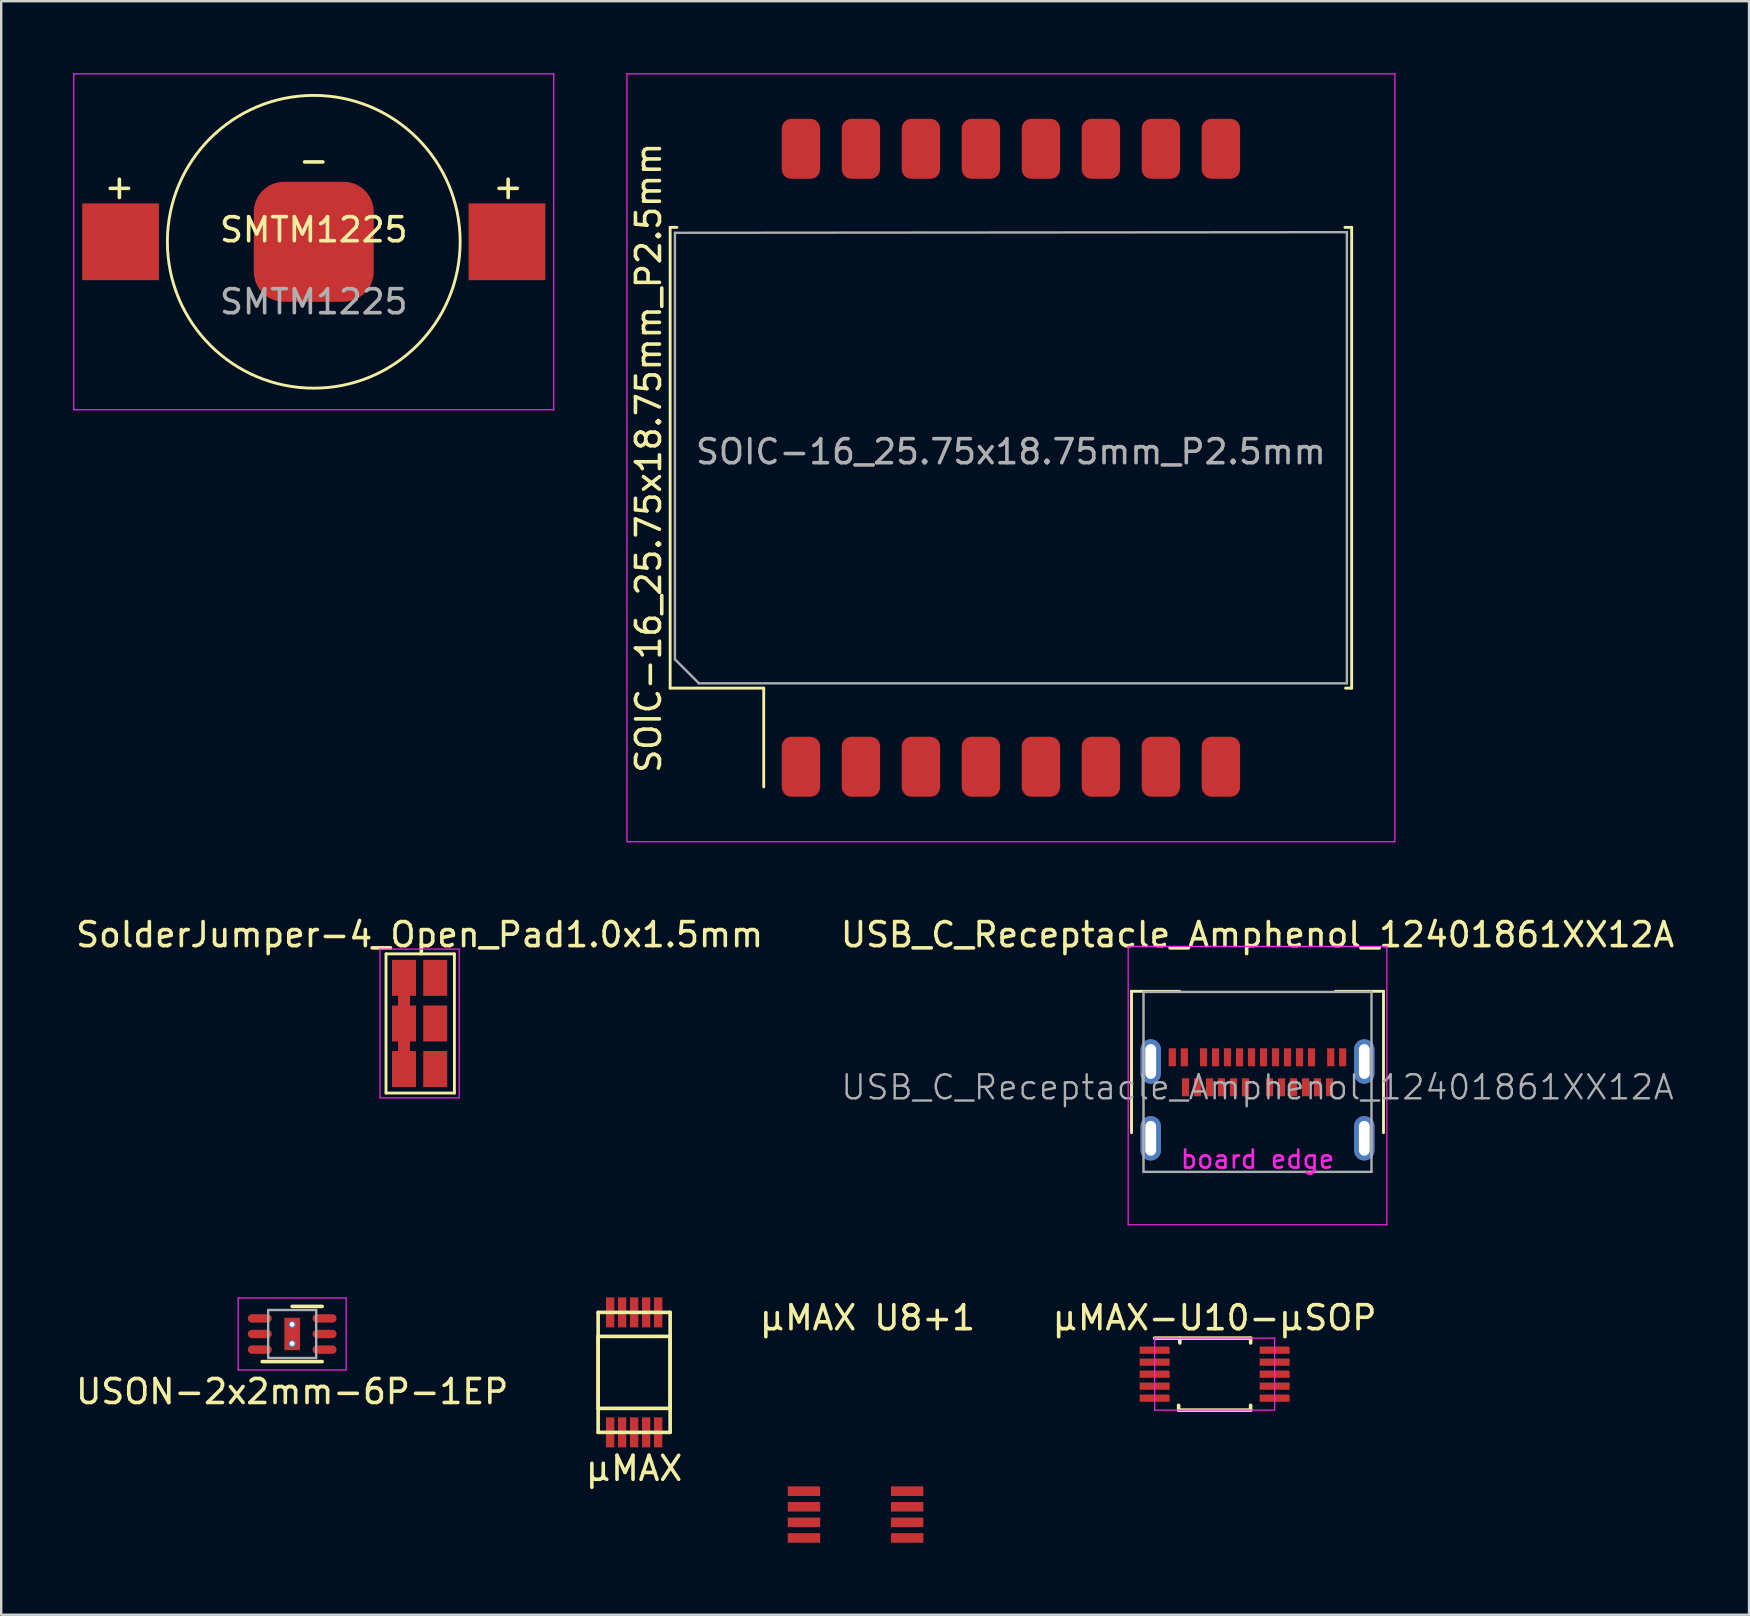
<source format=kicad_pcb>
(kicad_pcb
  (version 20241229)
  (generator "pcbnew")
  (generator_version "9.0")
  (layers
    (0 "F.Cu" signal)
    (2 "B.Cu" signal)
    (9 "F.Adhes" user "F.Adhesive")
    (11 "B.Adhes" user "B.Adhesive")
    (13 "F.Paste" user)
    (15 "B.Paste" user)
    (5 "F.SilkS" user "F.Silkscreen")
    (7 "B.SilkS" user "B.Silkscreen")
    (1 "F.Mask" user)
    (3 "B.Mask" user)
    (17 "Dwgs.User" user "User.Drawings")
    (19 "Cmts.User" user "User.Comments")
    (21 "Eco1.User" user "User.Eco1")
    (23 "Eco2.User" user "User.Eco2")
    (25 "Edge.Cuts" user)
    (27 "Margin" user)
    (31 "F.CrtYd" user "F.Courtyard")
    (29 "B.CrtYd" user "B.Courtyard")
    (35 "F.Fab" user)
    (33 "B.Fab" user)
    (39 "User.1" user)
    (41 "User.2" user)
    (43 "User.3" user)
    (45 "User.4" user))
  (footprint "SMTM1225"
    (layer "F.Cu")
    (at 10.025 7.025)
    (property "Reference" "SMTM1225" (at 0 -0.5 0) (unlocked yes) (layer "F.SilkS") (effects (font (size 1 1) (thickness 0.15))))
    (attr smd)
    (fp_circle (center 0 0) (end 6.1 0) (stroke (width 0.12) (type solid)) (fill no) (layer "F.SilkS"))
    (fp_line (start -10 -7) (end 10 -7) (stroke (width 0.05) (type solid)) (layer "F.CrtYd"))
    (fp_line (start -10 7) (end -10 -7) (stroke (width 0.05) (type solid)) (layer "F.CrtYd"))
    (fp_line (start 10 7) (end -10 7) (stroke (width 0.05) (type solid)) (layer "F.CrtYd"))
    (fp_line (start 10 7) (end 10 -7) (stroke (width 0.05) (type solid)) (layer "F.CrtYd"))
    (fp_text user "+" (at -8.1 -2.3 0) (unlocked yes) (layer "F.SilkS") (effects (font (size 1 1) (thickness 0.15))))
    (fp_text user "+" (at 8.1 -2.3 0) (unlocked yes) (layer "F.SilkS") (effects (font (size 1 1) (thickness 0.15))))
    (fp_text user "-" (at 0 -3.4 0) (unlocked yes) (layer "F.SilkS") (effects (font (size 1 1) (thickness 0.15))))
    (fp_text user "${REFERENCE}" (at 0 2.5 0) (unlocked yes) (layer "F.Fab") (effects (font (size 1 1) (thickness 0.15))))
    (pad "1" smd rect (at -8.05 0) (size 3.2 3.2) (layers "F.Cu" "F.Mask" "F.Paste"))
    (pad "1" smd rect (at 8.05 0) (size 3.2 3.2) (layers "F.Cu" "F.Mask" "F.Paste"))
    (pad "2" smd roundrect (at 0 0) (size 5 5) (layers "F.Cu" "F.Mask" "F.Paste") (roundrect_rratio 0.25)))
  (footprint "μMAX-U10-μSOP"
    (layer "F.Cu")
    (at 47.565 54.212)
    (property "Reference" "μMAX-U10-μSOP" (at 0 -2.35 0) (layer "F.SilkS") (effects (font (size 1 1) (thickness 0.15))))
    (attr smd)
    (fp_line (start -2.5 -1.5) (end 1.5 -1.5) (stroke (width 0.15) (type solid)) (layer "F.SilkS"))
    (fp_line (start -1.5 1.5) (end -1.5 1.3) (stroke (width 0.15) (type solid)) (layer "F.SilkS"))
    (fp_line (start -1.45 -1.5) (end -1.45 -1.3) (stroke (width 0.15) (type solid)) (layer "F.SilkS"))
    (fp_line (start 1.5 -1.5) (end 1.5 -1.3) (stroke (width 0.15) (type solid)) (layer "F.SilkS"))
    (fp_line (start 1.5 1.3) (end 1.5 1.5) (stroke (width 0.15) (type solid)) (layer "F.SilkS"))
    (fp_line (start 1.5 1.5) (end -1.5 1.5) (stroke (width 0.15) (type solid)) (layer "F.SilkS"))
    (fp_line (start -2.5 -1.5) (end 2.5 -1.5) (stroke (width 0.05) (type solid)) (layer "F.CrtYd"))
    (fp_line (start -2.5 1.5) (end -2.5 -1.5) (stroke (width 0.05) (type solid)) (layer "F.CrtYd"))
    (fp_line (start 2.5 -1.5) (end 2.5 1.5) (stroke (width 0.05) (type solid)) (layer "F.CrtYd"))
    (fp_line (start 2.5 1.5) (end -2.5 1.5) (stroke (width 0.05) (type solid)) (layer "F.CrtYd"))
    (pad "1" smd rect (at -2.5 -1 270) (size 0.3 1.25) (layers "F.Cu" "F.Mask" "F.Paste"))
    (pad "2" smd rect (at -2.5 -0.5 270) (size 0.3 1.25) (layers "F.Cu" "F.Mask" "F.Paste"))
    (pad "3" smd rect (at -2.5 0 270) (size 0.3 1.25) (layers "F.Cu" "F.Mask" "F.Paste"))
    (pad "4" smd rect (at -2.5 0.5 270) (size 0.3 1.25) (layers "F.Cu" "F.Mask" "F.Paste"))
    (pad "5" smd rect (at -2.5 1 270) (size 0.3 1.25) (layers "F.Cu" "F.Mask" "F.Paste"))
    (pad "6" smd rect (at 2.5 1 270) (size 0.3 1.25) (layers "F.Cu" "F.Mask" "F.Paste"))
    (pad "7" smd rect (at 2.5 0.5 270) (size 0.3 1.25) (layers "F.Cu" "F.Mask" "F.Paste"))
    (pad "8" smd rect (at 2.5 0 270) (size 0.3 1.25) (layers "F.Cu" "F.Mask" "F.Paste"))
    (pad "9" smd rect (at 2.5 -0.5 270) (size 0.3 1.25) (layers "F.Cu" "F.Mask" "F.Paste"))
    (pad "10" smd rect (at 2.5 -1 270) (size 0.3 1.25) (layers "F.Cu" "F.Mask" "F.Paste")))
  (footprint "μMAX"
    (layer "F.Cu")
    (at 23.375 54.138)
    (property "Reference" "μMAX" (at 0 4 0) (layer "F.SilkS") (effects (font (size 1 1) (thickness 0.15))))
    (attr smd)
    (fp_line (start -1.5 -2.5) (end 1.5 -2.5) (stroke (width 0.15) (type solid)) (layer "F.SilkS"))
    (fp_line (start -1.5 -1.5) (end 1.5 -1.5) (stroke (width 0.15) (type solid)) (layer "F.SilkS"))
    (fp_line (start -1.5 1.5) (end -1.5 -1.5) (stroke (width 0.15) (type solid)) (layer "F.SilkS"))
    (fp_line (start -1.5 2.5) (end -1.5 -2.5) (stroke (width 0.15) (type solid)) (layer "F.SilkS"))
    (fp_line (start 1.5 -2.5) (end 1.5 2.5) (stroke (width 0.15) (type solid)) (layer "F.SilkS"))
    (fp_line (start 1.5 -1.5) (end 1.5 1.5) (stroke (width 0.15) (type solid)) (layer "F.SilkS"))
    (fp_line (start 1.5 1.5) (end -1.5 1.5) (stroke (width 0.15) (type solid)) (layer "F.SilkS"))
    (fp_line (start 1.5 2.5) (end -1.5 2.5) (stroke (width 0.15) (type solid)) (layer "F.SilkS"))
    (pad "1" smd rect (at 1 2.5) (size 0.35 1.25) (layers "F.Cu" "F.Mask" "F.Paste"))
    (pad "2" smd rect (at 0.5 2.5) (size 0.35 1.25) (layers "F.Cu" "F.Mask" "F.Paste"))
    (pad "3" smd rect (at 0 2.5) (size 0.35 1.25) (layers "F.Cu" "F.Mask" "F.Paste"))
    (pad "4" smd rect (at -0.5 2.5) (size 0.35 1.25) (layers "F.Cu" "F.Mask" "F.Paste"))
    (pad "5" smd rect (at -1 2.5) (size 0.35 1.25) (layers "F.Cu" "F.Mask" "F.Paste"))
    (pad "6" smd rect (at -1 -2.5) (size 0.35 1.25) (layers "F.Cu" "F.Mask" "F.Paste"))
    (pad "7" smd rect (at -0.5 -2.5) (size 0.35 1.25) (layers "F.Cu" "F.Mask" "F.Paste"))
    (pad "8" smd rect (at 0 -2.5) (size 0.35 1.25) (layers "F.Cu" "F.Mask" "F.Paste"))
    (pad "9" smd rect (at 0.5 -2.5) (size 0.35 1.25) (layers "F.Cu" "F.Mask" "F.Paste"))
    (pad "10" smd rect (at 1 -2.5) (size 0.35 1.25) (layers "F.Cu" "F.Mask" "F.Paste")))
  (footprint "USB_C_Receptacle_Amphenol_12401861XX12A"
    (layer "F.Cu")
    (at 49.351 42.258)
    (property "Reference" "USB_C_Receptacle_Amphenol_12401861XX12A" (at 0 -6.36 0) (layer "F.SilkS") (effects (font (size 1 1) (thickness 0.15))))
    (attr smd)
    (fp_line (start -5.25 -4) (end -5.25 1.89) (stroke (width 0.12) (type solid)) (layer "F.SilkS"))
    (fp_line (start -5.25 -4) (end -3.25 -4) (stroke (width 0.12) (type solid)) (layer "F.SilkS"))
    (fp_line (start 3.25 -4) (end 5.25 -4) (stroke (width 0.12) (type solid)) (layer "F.SilkS"))
    (fp_line (start 5.25 -4) (end 5.25 1.89) (stroke (width 0.12) (type solid)) (layer "F.SilkS"))
    (fp_line (start -5.39 -5.87) (end 5.39 -5.87) (stroke (width 0.05) (type solid)) (layer "F.CrtYd"))
    (fp_line (start -5.39 5.73) (end -5.39 -5.87) (stroke (width 0.05) (type solid)) (layer "F.CrtYd"))
    (fp_line (start 5.39 -5.87) (end 5.39 5.73) (stroke (width 0.05) (type solid)) (layer "F.CrtYd"))
    (fp_line (start 5.39 5.73) (end -5.39 5.73) (stroke (width 0.05) (type solid)) (layer "F.CrtYd"))
    (fp_line (start -4.75 -3.975) (end 4.75 -3.975) (stroke (width 0.1) (type solid)) (layer "F.Fab"))
    (fp_line (start -4.75 3.525) (end -4.75 -3.975) (stroke (width 0.1) (type solid)) (layer "F.Fab"))
    (fp_line (start -4.75 3.525) (end 4.75 3.525) (stroke (width 0.1) (type solid)) (layer "F.Fab"))
    (fp_line (start 4.75 3.525) (end 4.75 -3.975) (stroke (width 0.1) (type solid)) (layer "F.Fab"))
    (fp_text user "board edge" (at 0 3 0) (layer "F.CrtYd") (effects (font (size 0.75 0.75) (thickness 0.11))))
    (fp_text user "${REFERENCE}" (at 0 0 0) (layer "F.Fab") (effects (font (size 1 1) (thickness 0.1))))
    (pad "A1" smd rect (at -3.05 -1.25) (size 0.3 0.75) (layers "F.Cu" "F.Mask" "F.Paste"))
    (pad "A2" smd rect (at -2.25 -1.25) (size 0.3 0.75) (layers "F.Cu" "F.Mask" "F.Paste"))
    (pad "A3" smd rect (at -1.75 -1.25) (size 0.3 0.75) (layers "F.Cu" "F.Mask" "F.Paste"))
    (pad "A4" smd rect (at -1.25 -1.25) (size 0.3 0.75) (layers "F.Cu" "F.Mask" "F.Paste"))
    (pad "A5" smd rect (at -0.75 -1.25) (size 0.3 0.75) (layers "F.Cu" "F.Mask" "F.Paste"))
    (pad "A6" smd rect (at -0.25 -1.25) (size 0.3 0.75) (layers "F.Cu" "F.Mask" "F.Paste"))
    (pad "A7" smd rect (at 0.25 -1.25) (size 0.3 0.75) (layers "F.Cu" "F.Mask" "F.Paste"))
    (pad "A8" smd rect (at 0.75 -1.25) (size 0.3 0.75) (layers "F.Cu" "F.Mask" "F.Paste"))
    (pad "A9" smd rect (at 1.25 -1.25) (size 0.3 0.75) (layers "F.Cu" "F.Mask" "F.Paste"))
    (pad "A10" smd rect (at 1.75 -1.25) (size 0.3 0.75) (layers "F.Cu" "F.Mask" "F.Paste"))
    (pad "A11" smd rect (at 2.25 -1.25) (size 0.3 0.75) (layers "F.Cu" "F.Mask" "F.Paste"))
    (pad "A12" smd rect (at 3.05 -1.25) (size 0.3 0.75) (layers "F.Cu" "F.Mask" "F.Paste"))
    (pad "B1" smd rect (at 3 0) (size 0.3 0.75) (layers "F.Cu" "F.Mask" "F.Paste"))
    (pad "B2" smd rect (at 2.5 0) (size 0.3 0.75) (layers "F.Cu" "F.Mask" "F.Paste"))
    (pad "B3" smd rect (at 2 0) (size 0.3 0.75) (layers "F.Cu" "F.Mask" "F.Paste"))
    (pad "B4" smd rect (at 1.5 0) (size 0.3 0.75) (layers "F.Cu" "F.Mask" "F.Paste"))
    (pad "B5" smd rect (at 1 0) (size 0.3 0.75) (layers "F.Cu" "F.Mask" "F.Paste"))
    (pad "B6" smd rect (at 0.5 0) (size 0.3 0.75) (layers "F.Cu" "F.Mask" "F.Paste"))
    (pad "B7" smd rect (at -0.5 0) (size 0.3 0.75) (layers "F.Cu" "F.Mask" "F.Paste"))
    (pad "B8" smd rect (at -1 0) (size 0.3 0.75) (layers "F.Cu" "F.Mask" "F.Paste"))
    (pad "B9" smd rect (at -1.5 0) (size 0.3 0.75) (layers "F.Cu" "F.Mask" "F.Paste"))
    (pad "B10" smd rect (at -2 0) (size 0.3 0.75) (layers "F.Cu" "F.Mask" "F.Paste"))
    (pad "B11" smd rect (at -2.5 0) (size 0.3 0.75) (layers "F.Cu" "F.Mask" "F.Paste"))
    (pad "B12" smd rect (at -3 0) (size 0.3 0.75) (layers "F.Cu" "F.Mask" "F.Paste"))
    (pad "S1" thru_hole oval (at -4.45 -1.075) (size 0.85 1.85) (drill oval 0.45 1.45) (layers "*.Cu" "*.Mask"))
    (pad "S1" thru_hole oval (at -4.45 2.125) (size 0.85 1.85) (drill oval 0.45 1.45) (layers "*.Cu" "*.Mask"))
    (pad "S1" smd rect (at -3.55 -1.25) (size 0.3 0.75) (layers "F.Cu" "F.Mask" "F.Paste"))
    (pad "S1" smd rect (at 3.55 -1.25) (size 0.3 0.75) (layers "F.Cu" "F.Mask" "F.Paste"))
    (pad "S1" thru_hole oval (at 4.45 -1.075) (size 0.85 1.85) (drill oval 0.45 1.45) (layers "*.Cu" "*.Mask"))
    (pad "S1" thru_hole oval (at 4.45 2.125) (size 0.85 1.85) (drill oval 0.45 1.45) (layers "*.Cu" "*.Mask")))
  (footprint "SolderJumper-4_Open_Pad1.0x1.5mm"
    (layer "F.Cu")
    (at 14.435 39.598)
    (property "Reference" "SolderJumper-4_Open_Pad1.0x1.5mm" (at 0 -3.7 0) (layer "F.SilkS") (effects (font (size 1 1) (thickness 0.15))))
    (attr smd exclude_from_pos_files exclude_from_bom)
    (fp_line (start -1.4 -2.9) (end 1.45 -2.9) (stroke (width 0.12) (type solid)) (layer "F.SilkS"))
    (fp_line (start -1.4 2.9) (end -1.4 -2.9) (stroke (width 0.12) (type solid)) (layer "F.SilkS"))
    (fp_line (start 1.45 -2.9) (end 1.45 2.9) (stroke (width 0.12) (type solid)) (layer "F.SilkS"))
    (fp_line (start 1.45 2.9) (end -1.4 2.9) (stroke (width 0.12) (type solid)) (layer "F.SilkS"))
    (fp_line (start -1.65 -3.1) (end -1.65 3.1) (stroke (width 0.05) (type solid)) (layer "F.CrtYd"))
    (fp_line (start -1.65 -3.1) (end 1.65 -3.1) (stroke (width 0.05) (type solid)) (layer "F.CrtYd"))
    (fp_line (start 1.65 3.1) (end -1.65 3.1) (stroke (width 0.05) (type solid)) (layer "F.CrtYd"))
    (fp_line (start 1.65 3.1) (end 1.65 -3.1) (stroke (width 0.05) (type solid)) (layer "F.CrtYd"))
    (pad "1" smd rect (at -0.65 -1.9) (size 1 1.5) (layers "F.Cu" "F.Mask"))
    (pad "1" smd rect (at -0.65 -0.95) (size 0.5 1) (layers "F.Cu"))
    (pad "1" smd rect (at -0.65 0) (size 1 1.5) (layers "F.Cu" "F.Mask"))
    (pad "1" smd rect (at -0.65 0.95) (size 0.5 1) (layers "F.Cu"))
    (pad "1" smd rect (at -0.65 1.9) (size 1 1.5) (layers "F.Cu" "F.Mask"))
    (pad "2" smd rect (at 0.65 -1.9) (size 1 1.5) (layers "F.Cu" "F.Mask"))
    (pad "3" smd rect (at 0.65 0) (size 1 1.5) (layers "F.Cu" "F.Mask"))
    (pad "4" smd rect (at 0.65 1.9) (size 1 1.5) (layers "F.Cu" "F.Mask")))
  (footprint "USON-2x2mm-6P-1EP"
    (layer "F.Cu")
    (at 9.125 52.538)
    (property "Reference" "USON-2x2mm-6P-1EP" (at 0 2.4 0) (layer "F.SilkS") (effects (font (size 1 1) (thickness 0.15))))
    (attr smd)
    (fp_line (start -1.25 1.15) (end 1.25 1.15) (stroke (width 0.15) (type solid)) (layer "F.SilkS"))
    (fp_line (start 0 -1.15) (end 1.25 -1.15) (stroke (width 0.15) (type solid)) (layer "F.SilkS"))
    (fp_line (start -2.25 -1.5) (end 2.25 -1.5) (stroke (width 0.05) (type solid)) (layer "F.CrtYd"))
    (fp_line (start -2.25 1.5) (end -2.25 -1.5) (stroke (width 0.05) (type solid)) (layer "F.CrtYd"))
    (fp_line (start 2.25 -1.5) (end 2.25 1.5) (stroke (width 0.05) (type solid)) (layer "F.CrtYd"))
    (fp_line (start 2.25 1.5) (end -2.25 1.5) (stroke (width 0.05) (type solid)) (layer "F.CrtYd"))
    (fp_line (start -1 -1) (end 1 -1) (stroke (width 0.1) (type solid)) (layer "F.Fab"))
    (fp_line (start -1 1) (end -1 -1) (stroke (width 0.1) (type solid)) (layer "F.Fab"))
    (fp_line (start 1 -1) (end 1 1) (stroke (width 0.1) (type solid)) (layer "F.Fab"))
    (fp_line (start 1 1) (end -1 1) (stroke (width 0.1) (type solid)) (layer "F.Fab"))
    (pad "1" connect oval (at -1.35 -0.65) (size 1 0.35) (layers "F.Cu" "F.Mask"))
    (pad "2" connect oval (at -1.35 0) (size 1 0.35) (layers "F.Cu" "F.Mask"))
    (pad "3" connect oval (at -1.35 0.65) (size 1 0.35) (layers "F.Cu" "F.Mask"))
    (pad "4" connect oval (at 1.35 0.65) (size 1 0.35) (layers "F.Cu" "F.Mask"))
    (pad "5" connect oval (at 1.35 0) (size 1 0.35) (layers "F.Cu" "F.Mask"))
    (pad "6" connect oval (at 1.35 -0.65) (size 1 0.35) (layers "F.Cu" "F.Mask"))
    (pad "7" thru_hole circle (at 0 -0.4) (size 0.3 0.3) (drill 0.2) (layers "*.Cu" "*.Mask"))
    (pad "7" smd rect (at 0 0) (size 0.65 1.35) (layers "F.Cu" "F.Mask" "F.Paste"))
    (pad "7" thru_hole circle (at 0 0.4) (size 0.3 0.3) (drill 0.2) (layers "*.Cu" "*.Mask")))
  (footprint "SOIC-16_25.75x18.75mm_P2.5mm"
    (layer "F.Cu")
    (at 39.075 16.025)
    (property "Reference" "SOIC-16_25.75x18.75mm_P2.5mm" (at -15.1 0 90) (layer "F.SilkS") (effects (font (size 1 1) (thickness 0.15))))
    (attr smd)
    (fp_line (start -14.2 -9.6) (end -13.918 -9.6) (stroke (width 0.12) (type solid)) (layer "F.SilkS"))
    (fp_line (start -14.2 9.6) (end -14.2 -9.6) (stroke (width 0.12) (type solid)) (layer "F.SilkS"))
    (fp_line (start -14.2 9.6) (end -10.3 9.6) (stroke (width 0.12) (type solid)) (layer "F.SilkS"))
    (fp_line (start -10.3 9.6) (end -10.3 13.715) (stroke (width 0.12) (type solid)) (layer "F.SilkS"))
    (fp_line (start 14.2 -9.6) (end 13.918 -9.6) (stroke (width 0.12) (type solid)) (layer "F.SilkS"))
    (fp_line (start 14.2 -9.6) (end 14.2 9.6) (stroke (width 0.12) (type solid)) (layer "F.SilkS"))
    (fp_line (start 14.2 9.6) (end 13.945 9.6) (stroke (width 0.12) (type solid)) (layer "F.SilkS"))
    (fp_line (start -16 -16) (end -16 16) (stroke (width 0.05) (type solid)) (layer "F.CrtYd"))
    (fp_line (start -16 16) (end 16 16) (stroke (width 0.05) (type solid)) (layer "F.CrtYd"))
    (fp_line (start 16 -16) (end -16 -16) (stroke (width 0.05) (type solid)) (layer "F.CrtYd"))
    (fp_line (start 16 16) (end 16 -16) (stroke (width 0.05) (type solid)) (layer "F.CrtYd"))
    (fp_line (start -14 -9.375) (end 14 -9.4) (stroke (width 0.1) (type solid)) (layer "F.Fab"))
    (fp_line (start -14 8.4) (end -14 -9.375) (stroke (width 0.1) (type solid)) (layer "F.Fab"))
    (fp_line (start -13 9.4) (end -14 8.4) (stroke (width 0.1) (type solid)) (layer "F.Fab"))
    (fp_line (start 14 -9.4) (end 14 9.4) (stroke (width 0.1) (type solid)) (layer "F.Fab"))
    (fp_line (start 14 9.4) (end -13 9.4) (stroke (width 0.1) (type solid)) (layer "F.Fab"))
    (fp_text user "${REFERENCE}" (at 0 -0.25 180) (layer "F.Fab") (effects (font (size 1 1) (thickness 0.15))))
    (pad "1" smd roundrect (at -8.75 12.875) (size 1.6 2.5) (layers "F.Cu" "F.Mask" "F.Paste") (roundrect_rratio 0.25))
    (pad "2" smd roundrect (at -6.25 12.875) (size 1.6 2.5) (layers "F.Cu" "F.Mask" "F.Paste") (roundrect_rratio 0.25))
    (pad "3" smd roundrect (at -3.75 12.875) (size 1.6 2.5) (layers "F.Cu" "F.Mask" "F.Paste") (roundrect_rratio 0.25))
    (pad "4" smd roundrect (at -1.25 12.875) (size 1.6 2.5) (layers "F.Cu" "F.Mask" "F.Paste") (roundrect_rratio 0.25))
    (pad "5" smd roundrect (at 1.25 12.875) (size 1.6 2.5) (layers "F.Cu" "F.Mask" "F.Paste") (roundrect_rratio 0.25))
    (pad "6" smd roundrect (at 3.75 12.875) (size 1.6 2.5) (layers "F.Cu" "F.Mask" "F.Paste") (roundrect_rratio 0.25))
    (pad "7" smd roundrect (at 6.25 12.875) (size 1.6 2.5) (layers "F.Cu" "F.Mask" "F.Paste") (roundrect_rratio 0.25))
    (pad "8" smd roundrect (at 8.75 12.875) (size 1.6 2.5) (layers "F.Cu" "F.Mask" "F.Paste") (roundrect_rratio 0.25))
    (pad "9" smd roundrect (at 8.75 -12.875) (size 1.6 2.5) (layers "F.Cu" "F.Mask" "F.Paste") (roundrect_rratio 0.25))
    (pad "10" smd roundrect (at 6.25 -12.875) (size 1.6 2.5) (layers "F.Cu" "F.Mask" "F.Paste") (roundrect_rratio 0.25))
    (pad "11" smd roundrect (at 3.75 -12.875) (size 1.6 2.5) (layers "F.Cu" "F.Mask" "F.Paste") (roundrect_rratio 0.25))
    (pad "12" smd roundrect (at 1.25 -12.875) (size 1.6 2.5) (layers "F.Cu" "F.Mask" "F.Paste") (roundrect_rratio 0.25))
    (pad "13" smd roundrect (at -1.25 -12.875) (size 1.6 2.5) (layers "F.Cu" "F.Mask" "F.Paste") (roundrect_rratio 0.25))
    (pad "14" smd roundrect (at -3.75 -12.875) (size 1.6 2.5) (layers "F.Cu" "F.Mask" "F.Paste") (roundrect_rratio 0.25))
    (pad "15" smd roundrect (at -6.25 -12.875) (size 1.6 2.5) (layers "F.Cu" "F.Mask" "F.Paste") (roundrect_rratio 0.25))
    (pad "16" smd roundrect (at -8.75 -12.875) (size 1.6 2.5) (layers "F.Cu" "F.Mask" "F.Paste") (roundrect_rratio 0.25)))
  (footprint "μMAX U8+1"
    (layer "F.Cu")
    (at 32.601 60.062)
    (property "Reference" "μMAX U8+1" (at 0.5 -8.2 0) (layer "F.SilkS") (effects (font (size 1 1) (thickness 0.15))))
    (attr smd)
    (pad "1" smd rect (at -2.15 -0.975) (size 1.35 0.4) (layers "F.Cu" "F.Mask" "F.Paste"))
    (pad "2" smd rect (at -2.15 -0.325) (size 1.35 0.4) (layers "F.Cu" "F.Mask" "F.Paste"))
    (pad "3" smd rect (at -2.15 0.325) (size 1.35 0.4) (layers "F.Cu" "F.Mask" "F.Paste"))
    (pad "4" smd rect (at -2.15 0.975) (size 1.35 0.4) (layers "F.Cu" "F.Mask" "F.Paste"))
    (pad "5" smd rect (at 2.15 0.975) (size 1.35 0.4) (layers "F.Cu" "F.Mask" "F.Paste"))
    (pad "6" smd rect (at 2.15 0.325) (size 1.35 0.4) (layers "F.Cu" "F.Mask" "F.Paste"))
    (pad "7" smd rect (at 2.15 -0.325) (size 1.35 0.4) (layers "F.Cu" "F.Mask" "F.Paste"))
    (pad "8" smd rect (at 2.15 -0.975) (size 1.35 0.4) (layers "F.Cu" "F.Mask" "F.Paste")))
  (gr_rect
    (start -3 -3)
    (end 69.833 64.237)
    (stroke (width 0.1) (type default))
    (fill no)
    (layer "Edge.Cuts")))
</source>
